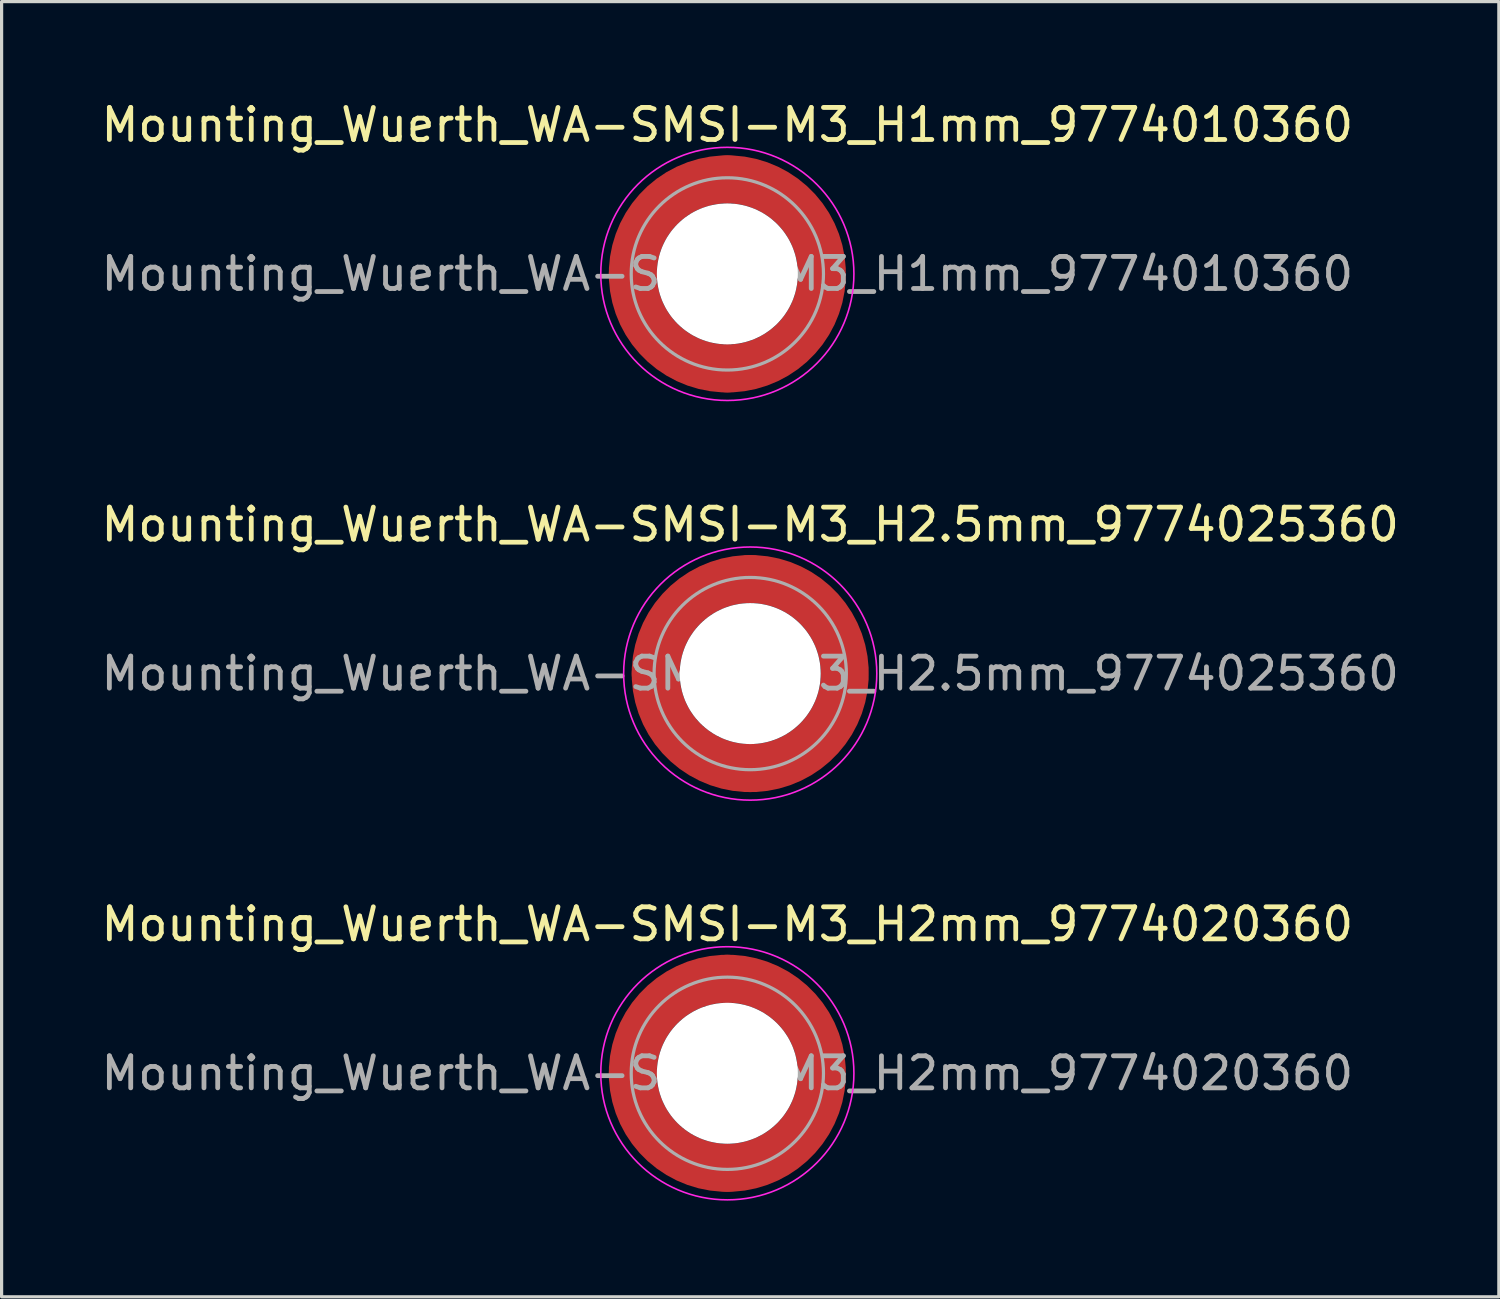
<source format=kicad_pcb>
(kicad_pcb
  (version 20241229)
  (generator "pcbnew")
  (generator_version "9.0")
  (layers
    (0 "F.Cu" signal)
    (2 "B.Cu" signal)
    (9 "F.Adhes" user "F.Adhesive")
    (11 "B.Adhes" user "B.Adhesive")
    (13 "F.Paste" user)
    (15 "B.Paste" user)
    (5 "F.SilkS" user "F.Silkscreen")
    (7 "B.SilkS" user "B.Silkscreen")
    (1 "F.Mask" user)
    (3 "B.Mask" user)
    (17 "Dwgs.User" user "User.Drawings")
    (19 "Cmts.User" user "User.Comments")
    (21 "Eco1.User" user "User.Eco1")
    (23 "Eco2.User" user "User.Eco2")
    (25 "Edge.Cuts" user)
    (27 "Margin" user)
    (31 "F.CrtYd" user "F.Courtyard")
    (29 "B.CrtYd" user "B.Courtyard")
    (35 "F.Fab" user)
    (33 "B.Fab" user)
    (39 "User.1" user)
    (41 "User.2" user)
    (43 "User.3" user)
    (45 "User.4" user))
  (footprint "Mounting_Wuerth_WA-SMSI-M3_H1mm_9774010360"
    (layer "F.Cu")
    (at 19.649 5.498)
    (property "Reference" "Mounting_Wuerth_WA-SMSI-M3_H1mm_9774010360" (at 0 -4.65 0) (layer "F.SilkS") (effects (font (size 1 1) (thickness 0.15))))
    (attr smd)
    (fp_circle (center 0 0) (end 3.95 0) (stroke (width 0.05) (type solid)) (fill no) (layer "F.CrtYd"))
    (fp_circle (center 0 0) (end 3 0) (stroke (width 0.1) (type solid)) (fill no) (layer "F.Fab"))
    (fp_text user "${REFERENCE}" (at 0 0 0) (layer "F.Fab") (effects (font (size 1 1) (thickness 0.15))))
    (pad "" smd custom (at -2.058 -2.058) (size 1.1 1.1) (layers "F.Paste") (options (anchor circle)) (primitives (gr_arc (start -0.524489 1.532681) (mid 0.194454 0.194454) (end 1.532681 -0.524489) (width 0.55)) (gr_arc (start -0.804569 1.532681) (mid 0 0) (end 1.532681 -0.804569) (width 0.55)) (gr_arc (start -1.083752 1.532681) (mid -0.194454 -0.194454) (end 1.532681 -1.083752) (width 0.55)) (gr_line (start 1.533 -0.524) (end 1.533 -1.084) (width 0.55)) (gr_line (start -0.524 1.533) (end -1.084 1.533) (width 0.55))))
    (pad "" smd custom (at -2.058 2.058) (size 1.1 1.1) (layers "F.Paste") (options (anchor circle)) (primitives (gr_arc (start 1.532681 0.524489) (mid 0.194454 -0.194454) (end -0.524489 -1.532681) (width 0.55)) (gr_arc (start 1.532681 0.804569) (mid 0 0) (end -0.804569 -1.532681) (width 0.55)) (gr_arc (start 1.532681 1.083752) (mid -0.194454 0.194454) (end -1.083752 -1.532681) (width 0.55)) (gr_line (start -0.524 -1.533) (end -1.084 -1.533) (width 0.55)) (gr_line (start 1.533 0.524) (end 1.533 1.084) (width 0.55))))
    (pad "" np_thru_hole circle (at 0 0) (size 4.4 4.4) (drill 4.4) (layers "*.Cu" "*.Mask"))
    (pad "" smd custom (at 2.058 -2.058) (size 1.1 1.1) (layers "F.Paste") (options (anchor circle)) (primitives (gr_arc (start -1.532681 -0.524489) (mid -0.194454 0.194454) (end 0.524489 1.532681) (width 0.55)) (gr_arc (start -1.532681 -0.804569) (mid 0 0) (end 0.804569 1.532681) (width 0.55)) (gr_arc (start -1.532681 -1.083752) (mid 0.194454 -0.194454) (end 1.083752 1.532681) (width 0.55)) (gr_line (start 0.524 1.533) (end 1.084 1.533) (width 0.55)) (gr_line (start -1.533 -0.524) (end -1.533 -1.084) (width 0.55))))
    (pad "" smd custom (at 2.058 2.058) (size 1.1 1.1) (layers "F.Paste") (options (anchor circle)) (primitives (gr_arc (start 0.524489 -1.532681) (mid -0.194454 -0.194454) (end -1.532681 0.524489) (width 0.55)) (gr_arc (start 0.804569 -1.532681) (mid 0 0) (end -1.532681 0.804569) (width 0.55)) (gr_arc (start 1.083752 -1.532681) (mid 0.194454 0.194454) (end -1.532681 1.083752) (width 0.55)) (gr_line (start -1.533 0.524) (end -1.533 1.084) (width 0.55)) (gr_line (start 0.524 -1.533) (end 1.084 -1.533) (width 0.55))))
    (pad "1" smd circle (at -2.95 0) (size 1.5 1.5) (layers "F.Cu"))
    (pad "1" smd circle (at 0 -2.95) (size 1.5 1.5) (layers "F.Cu"))
    (pad "1" smd circle (at 0 2.95) (size 1.5 1.5) (layers "F.Cu"))
    (pad "1" smd custom (at 2.95 0) (size 1.5 1.5) (layers "F.Cu" "F.Mask") (options (anchor circle)) (primitives (gr_circle (center -2.95 0) (end 0 0) (width 1.5) (fill no)))))
  (footprint "Mounting_Wuerth_WA-SMSI-M3_H2mm_9774020360"
    (layer "F.Cu")
    (at 19.649 30.445)
    (property "Reference" "Mounting_Wuerth_WA-SMSI-M3_H2mm_9774020360" (at 0 -4.65 0) (layer "F.SilkS") (effects (font (size 1 1) (thickness 0.15))))
    (attr smd)
    (fp_circle (center 0 0) (end 3.95 0) (stroke (width 0.05) (type solid)) (fill no) (layer "F.CrtYd"))
    (fp_circle (center 0 0) (end 3 0) (stroke (width 0.1) (type solid)) (fill no) (layer "F.Fab"))
    (fp_text user "${REFERENCE}" (at 0 0 0) (layer "F.Fab") (effects (font (size 1 1) (thickness 0.15))))
    (pad "" smd custom (at -2.058 -2.058) (size 1.1 1.1) (layers "F.Paste") (options (anchor circle)) (primitives (gr_arc (start -0.524489 1.532681) (mid 0.194454 0.194454) (end 1.532681 -0.524489) (width 0.55)) (gr_arc (start -0.804569 1.532681) (mid 0 0) (end 1.532681 -0.804569) (width 0.55)) (gr_arc (start -1.083752 1.532681) (mid -0.194454 -0.194454) (end 1.532681 -1.083752) (width 0.55)) (gr_line (start 1.533 -0.524) (end 1.533 -1.084) (width 0.55)) (gr_line (start -0.524 1.533) (end -1.084 1.533) (width 0.55))))
    (pad "" smd custom (at -2.058 2.058) (size 1.1 1.1) (layers "F.Paste") (options (anchor circle)) (primitives (gr_arc (start 1.532681 0.524489) (mid 0.194454 -0.194454) (end -0.524489 -1.532681) (width 0.55)) (gr_arc (start 1.532681 0.804569) (mid 0 0) (end -0.804569 -1.532681) (width 0.55)) (gr_arc (start 1.532681 1.083752) (mid -0.194454 0.194454) (end -1.083752 -1.532681) (width 0.55)) (gr_line (start -0.524 -1.533) (end -1.084 -1.533) (width 0.55)) (gr_line (start 1.533 0.524) (end 1.533 1.084) (width 0.55))))
    (pad "" np_thru_hole circle (at 0 0) (size 4.4 4.4) (drill 4.4) (layers "*.Cu" "*.Mask"))
    (pad "" smd custom (at 2.058 -2.058) (size 1.1 1.1) (layers "F.Paste") (options (anchor circle)) (primitives (gr_arc (start -1.532681 -0.524489) (mid -0.194454 0.194454) (end 0.524489 1.532681) (width 0.55)) (gr_arc (start -1.532681 -0.804569) (mid 0 0) (end 0.804569 1.532681) (width 0.55)) (gr_arc (start -1.532681 -1.083752) (mid 0.194454 -0.194454) (end 1.083752 1.532681) (width 0.55)) (gr_line (start 0.524 1.533) (end 1.084 1.533) (width 0.55)) (gr_line (start -1.533 -0.524) (end -1.533 -1.084) (width 0.55))))
    (pad "" smd custom (at 2.058 2.058) (size 1.1 1.1) (layers "F.Paste") (options (anchor circle)) (primitives (gr_arc (start 0.524489 -1.532681) (mid -0.194454 -0.194454) (end -1.532681 0.524489) (width 0.55)) (gr_arc (start 0.804569 -1.532681) (mid 0 0) (end -1.532681 0.804569) (width 0.55)) (gr_arc (start 1.083752 -1.532681) (mid 0.194454 0.194454) (end -1.532681 1.083752) (width 0.55)) (gr_line (start -1.533 0.524) (end -1.533 1.084) (width 0.55)) (gr_line (start 0.524 -1.533) (end 1.084 -1.533) (width 0.55))))
    (pad "1" smd circle (at -2.95 0) (size 1.5 1.5) (layers "F.Cu"))
    (pad "1" smd circle (at 0 -2.95) (size 1.5 1.5) (layers "F.Cu"))
    (pad "1" smd circle (at 0 2.95) (size 1.5 1.5) (layers "F.Cu"))
    (pad "1" smd custom (at 2.95 0) (size 1.5 1.5) (layers "F.Cu" "F.Mask") (options (anchor circle)) (primitives (gr_circle (center -2.95 0) (end 0 0) (width 1.5) (fill no)))))
  (footprint "Mounting_Wuerth_WA-SMSI-M3_H2.5mm_9774025360"
    (layer "F.Cu")
    (at 20.363 17.971)
    (property "Reference" "Mounting_Wuerth_WA-SMSI-M3_H2.5mm_9774025360" (at 0 -4.65 0) (layer "F.SilkS") (effects (font (size 1 1) (thickness 0.15))))
    (attr smd)
    (fp_circle (center 0 0) (end 3.95 0) (stroke (width 0.05) (type solid)) (fill no) (layer "F.CrtYd"))
    (fp_circle (center 0 0) (end 3 0) (stroke (width 0.1) (type solid)) (fill no) (layer "F.Fab"))
    (fp_text user "${REFERENCE}" (at 0 0 0) (layer "F.Fab") (effects (font (size 1 1) (thickness 0.15))))
    (pad "" smd custom (at -2.058 -2.058) (size 1.1 1.1) (layers "F.Paste") (options (anchor circle)) (primitives (gr_arc (start -0.377294 1.707681) (mid 0.318198 0.318198) (end 1.707681 -0.377294) (width 0.2)) (gr_arc (start -0.478281 1.707681) (mid 0.247487 0.247487) (end 1.707681 -0.478281) (width 0.2)) (gr_arc (start -0.579192 1.707681) (mid 0.176777 0.176777) (end 1.707681 -0.579192) (width 0.2)) (gr_arc (start -0.680037 1.707681) (mid 0.106066 0.106066) (end 1.707681 -0.680037) (width 0.2)) (gr_arc (start -0.780822 1.707681) (mid 0.035356 0.035356) (end 1.707681 -0.780822) (width 0.2)) (gr_arc (start -0.881554 1.707681) (mid -0.035355 -0.035355) (end 1.707681 -0.881554) (width 0.2)) (gr_arc (start -0.982237 1.707681) (mid -0.106066 -0.106066) (end 1.707681 -0.982237) (width 0.2)) (gr_arc (start -1.082877 1.707681) (mid -0.176777 -0.176777) (end 1.707681 -1.082877) (width 0.2)) (gr_arc (start -1.183476 1.707681) (mid -0.247487 -0.247487) (end 1.707681 -1.183476) (width 0.2)) (gr_arc (start -1.28404 1.707681) (mid -0.318198 -0.318198) (end 1.707681 -1.28404) (width 0.2)) (gr_line (start 1.708 -0.377) (end 1.708 -1.284) (width 0.2)) (gr_line (start -0.377 1.708) (end -1.284 1.708) (width 0.2))))
    (pad "" smd custom (at -2.058 2.058) (size 1.1 1.1) (layers "F.Paste") (options (anchor circle)) (primitives (gr_arc (start 1.707681 0.377294) (mid 0.318198 -0.318198) (end -0.377294 -1.707681) (width 0.2)) (gr_arc (start 1.707681 0.478281) (mid 0.247487 -0.247487) (end -0.478281 -1.707681) (width 0.2)) (gr_arc (start 1.707681 0.579192) (mid 0.176777 -0.176777) (end -0.579192 -1.707681) (width 0.2)) (gr_arc (start 1.707681 0.680037) (mid 0.106066 -0.106066) (end -0.680037 -1.707681) (width 0.2)) (gr_arc (start 1.707681 0.780822) (mid 0.035356 -0.035356) (end -0.780822 -1.707681) (width 0.2)) (gr_arc (start 1.707681 0.881554) (mid -0.035355 0.035355) (end -0.881554 -1.707681) (width 0.2)) (gr_arc (start 1.707681 0.982237) (mid -0.106066 0.106066) (end -0.982237 -1.707681) (width 0.2)) (gr_arc (start 1.707681 1.082877) (mid -0.176777 0.176777) (end -1.082877 -1.707681) (width 0.2)) (gr_arc (start 1.707681 1.183476) (mid -0.247487 0.247487) (end -1.183476 -1.707681) (width 0.2)) (gr_arc (start 1.707681 1.28404) (mid -0.318198 0.318198) (end -1.28404 -1.707681) (width 0.2)) (gr_line (start -0.377 -1.708) (end -1.284 -1.708) (width 0.2)) (gr_line (start 1.708 0.377) (end 1.708 1.284) (width 0.2))))
    (pad "" np_thru_hole circle (at 0 0) (size 4.4 4.4) (drill 4.4) (layers "*.Cu" "*.Mask"))
    (pad "" smd custom (at 2.058 -2.058) (size 1.1 1.1) (layers "F.Paste") (options (anchor circle)) (primitives (gr_arc (start -1.707681 -0.377294) (mid -0.318198 0.318198) (end 0.377294 1.707681) (width 0.2)) (gr_arc (start -1.707681 -0.478281) (mid -0.247487 0.247487) (end 0.478281 1.707681) (width 0.2)) (gr_arc (start -1.707681 -0.579192) (mid -0.176777 0.176777) (end 0.579192 1.707681) (width 0.2)) (gr_arc (start -1.707681 -0.680037) (mid -0.106066 0.106066) (end 0.680037 1.707681) (width 0.2)) (gr_arc (start -1.707681 -0.780822) (mid -0.035356 0.035356) (end 0.780822 1.707681) (width 0.2)) (gr_arc (start -1.707681 -0.881554) (mid 0.035355 -0.035355) (end 0.881554 1.707681) (width 0.2)) (gr_arc (start -1.707681 -0.982237) (mid 0.106066 -0.106066) (end 0.982237 1.707681) (width 0.2)) (gr_arc (start -1.707681 -1.082877) (mid 0.176777 -0.176777) (end 1.082877 1.707681) (width 0.2)) (gr_arc (start -1.707681 -1.183476) (mid 0.247487 -0.247487) (end 1.183476 1.707681) (width 0.2)) (gr_arc (start -1.707681 -1.28404) (mid 0.318198 -0.318198) (end 1.28404 1.707681) (width 0.2)) (gr_line (start 0.377 1.708) (end 1.284 1.708) (width 0.2)) (gr_line (start -1.708 -0.377) (end -1.708 -1.284) (width 0.2))))
    (pad "" smd custom (at 2.058 2.058) (size 1.1 1.1) (layers "F.Paste") (options (anchor circle)) (primitives (gr_arc (start 0.377294 -1.707681) (mid -0.318198 -0.318198) (end -1.707681 0.377294) (width 0.2)) (gr_arc (start 0.478281 -1.707681) (mid -0.247487 -0.247487) (end -1.707681 0.478281) (width 0.2)) (gr_arc (start 0.579192 -1.707681) (mid -0.176777 -0.176777) (end -1.707681 0.579192) (width 0.2)) (gr_arc (start 0.680037 -1.707681) (mid -0.106066 -0.106066) (end -1.707681 0.680037) (width 0.2)) (gr_arc (start 0.780822 -1.707681) (mid -0.035356 -0.035356) (end -1.707681 0.780822) (width 0.2)) (gr_arc (start 0.881554 -1.707681) (mid 0.035355 0.035355) (end -1.707681 0.881554) (width 0.2)) (gr_arc (start 0.982237 -1.707681) (mid 0.106066 0.106066) (end -1.707681 0.982237) (width 0.2)) (gr_arc (start 1.082877 -1.707681) (mid 0.176777 0.176777) (end -1.707681 1.082877) (width 0.2)) (gr_arc (start 1.183476 -1.707681) (mid 0.247487 0.247487) (end -1.707681 1.183476) (width 0.2)) (gr_arc (start 1.28404 -1.707681) (mid 0.318198 0.318198) (end -1.707681 1.28404) (width 0.2)) (gr_line (start -1.708 0.377) (end -1.708 1.284) (width 0.2)) (gr_line (start 0.377 -1.708) (end 1.284 -1.708) (width 0.2))))
    (pad "1" smd circle (at -2.95 0) (size 1.5 1.5) (layers "F.Cu"))
    (pad "1" smd circle (at 0 -2.95) (size 1.5 1.5) (layers "F.Cu"))
    (pad "1" smd circle (at 0 2.95) (size 1.5 1.5) (layers "F.Cu"))
    (pad "1" smd custom (at 2.95 0) (size 1.5 1.5) (layers "F.Cu" "F.Mask") (options (anchor circle)) (primitives (gr_circle (center -2.95 0) (end 0 0) (width 1.5) (fill no)))))
  (gr_rect
    (start -3 -3)
    (end 43.726 37.42)
    (stroke (width 0.1) (type default))
    (fill no)
    (layer "Edge.Cuts")))
</source>
